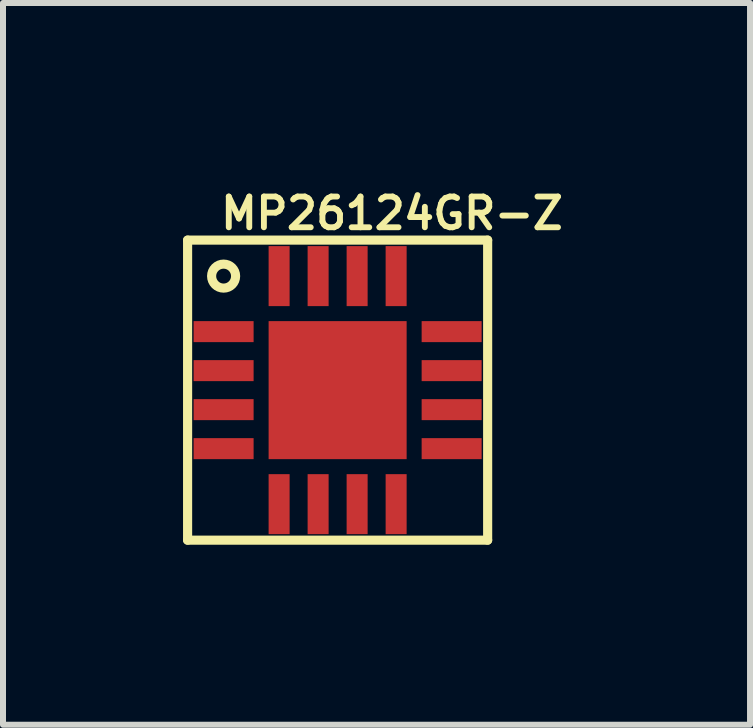
<source format=kicad_pcb>
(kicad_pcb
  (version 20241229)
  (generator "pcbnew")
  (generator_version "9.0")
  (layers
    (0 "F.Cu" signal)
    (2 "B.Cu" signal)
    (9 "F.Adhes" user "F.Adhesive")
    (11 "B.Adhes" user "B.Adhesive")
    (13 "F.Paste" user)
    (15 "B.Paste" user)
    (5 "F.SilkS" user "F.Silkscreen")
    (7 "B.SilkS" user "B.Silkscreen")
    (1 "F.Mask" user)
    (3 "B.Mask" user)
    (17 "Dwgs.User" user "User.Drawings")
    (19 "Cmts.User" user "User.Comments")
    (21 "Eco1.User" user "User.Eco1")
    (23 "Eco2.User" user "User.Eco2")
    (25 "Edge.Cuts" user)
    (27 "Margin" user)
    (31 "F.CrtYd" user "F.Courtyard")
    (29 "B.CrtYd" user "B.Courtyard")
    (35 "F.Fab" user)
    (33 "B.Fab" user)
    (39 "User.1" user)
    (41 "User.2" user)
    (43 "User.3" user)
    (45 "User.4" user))
  (footprint "MP26124GR-Z"
    (layer "F.Cu")
    (at 2.576 3.451)
    (property "Reference" "MP26124GR-Z" (at -2 -2.646 0) (unlocked yes) (layer "F.SilkS") (effects (font (size 0.512 0.512) (thickness 0.098)) (justify left bottom)))
    (fp_line (start -2.5 -2.5) (end -2.5 2.5) (stroke (width 0.152) (type solid)) (layer "F.SilkS"))
    (fp_line (start -2.5 2.5) (end 2.5 2.5) (stroke (width 0.152) (type solid)) (layer "F.SilkS"))
    (fp_line (start 2.5 -2.5) (end -2.5 -2.5) (stroke (width 0.152) (type solid)) (layer "F.SilkS"))
    (fp_line (start 2.5 2.5) (end 2.5 -2.5) (stroke (width 0.152) (type solid)) (layer "F.SilkS"))
    (fp_circle (center -1.9 -1.9) (end -1.7 -1.9) (stroke (width 0.152) (type solid)) (fill no) (layer "F.SilkS"))
    (fp_poly (pts (xy -1 -0.2) (xy -0.2 -0.2) (xy -0.2 -1) (xy -1 -1)) (stroke (width 0) (type default)) (fill yes) (layer "F.Paste"))
    (fp_poly (pts (xy -1 1) (xy -0.2 1) (xy -0.2 0.2) (xy -1 0.2)) (stroke (width 0) (type default)) (fill yes) (layer "F.Paste"))
    (fp_poly (pts (xy 0.2 -0.2) (xy 1 -0.2) (xy 1 -1) (xy 0.2 -1)) (stroke (width 0) (type default)) (fill yes) (layer "F.Paste"))
    (fp_poly (pts (xy 0.2 1) (xy 1 1) (xy 1 0.2) (xy 0.2 0.2)) (stroke (width 0) (type default)) (fill yes) (layer "F.Paste"))
    (pad "!ACOK" smd rect (at -1.9 0.325) (size 1 0.35) (layers "F.Cu" "F.Mask" "F.Paste"))
    (pad "!CHGOK" smd rect (at -1.9 0.975) (size 1 0.35) (layers "F.Cu" "F.Mask" "F.Paste"))
    (pad "!EN" smd rect (at -0.325 1.9) (size 0.35 1) (layers "F.Cu" "F.Mask" "F.Paste"))
    (pad "BATT" smd rect (at 1.9 0.325) (size 1 0.35) (layers "F.Cu" "F.Mask" "F.Paste"))
    (pad "BST" smd rect (at 0.325 -1.9) (size 0.35 1) (layers "F.Cu" "F.Mask" "F.Paste"))
    (pad "COMPI" smd rect (at 1.9 0.975) (size 1 0.35) (layers "F.Cu" "F.Mask" "F.Paste"))
    (pad "COMPV" smd rect (at 0.975 1.9) (size 0.35 1) (layers "F.Cu" "F.Mask" "F.Paste"))
    (pad "CSP" smd rect (at 1.9 -0.325) (size 1 0.35) (layers "F.Cu" "F.Mask" "F.Paste"))
    (pad "EPAD" smd rect (at 0 0) (size 2.3 2.3) (layers "F.Cu" "F.Mask"))
    (pad "GND" smd rect (at 1.9 -0.975) (size 1 0.35) (layers "F.Cu" "F.Mask" "F.Paste"))
    (pad "NTC" smd rect (at -1.9 -0.325) (size 1 0.35) (layers "F.Cu" "F.Mask" "F.Paste"))
    (pad "SGND" smd rect (at 0.325 1.9) (size 0.35 1) (layers "F.Cu" "F.Mask" "F.Paste"))
    (pad "SW" smd rect (at -0.325 -1.9) (size 0.35 1) (layers "F.Cu" "F.Mask" "F.Paste"))
    (pad "TMR" smd rect (at 0.975 -1.9) (size 0.35 1) (layers "F.Cu" "F.Mask" "F.Paste"))
    (pad "VCC" smd rect (at -1.9 -0.975) (size 1 0.35) (layers "F.Cu" "F.Mask" "F.Paste"))
    (pad "VIN" smd rect (at -0.975 -1.9) (size 0.35 1) (layers "F.Cu" "F.Mask" "F.Paste"))
    (pad "VREF33" smd rect (at -0.975 1.9) (size 0.35 1) (layers "F.Cu" "F.Mask" "F.Paste")))
  (gr_rect
    (start -3 -3)
    (end 9.448 9.027)
    (stroke (width 0.1) (type default))
    (fill no)
    (layer "Edge.Cuts")))
</source>
